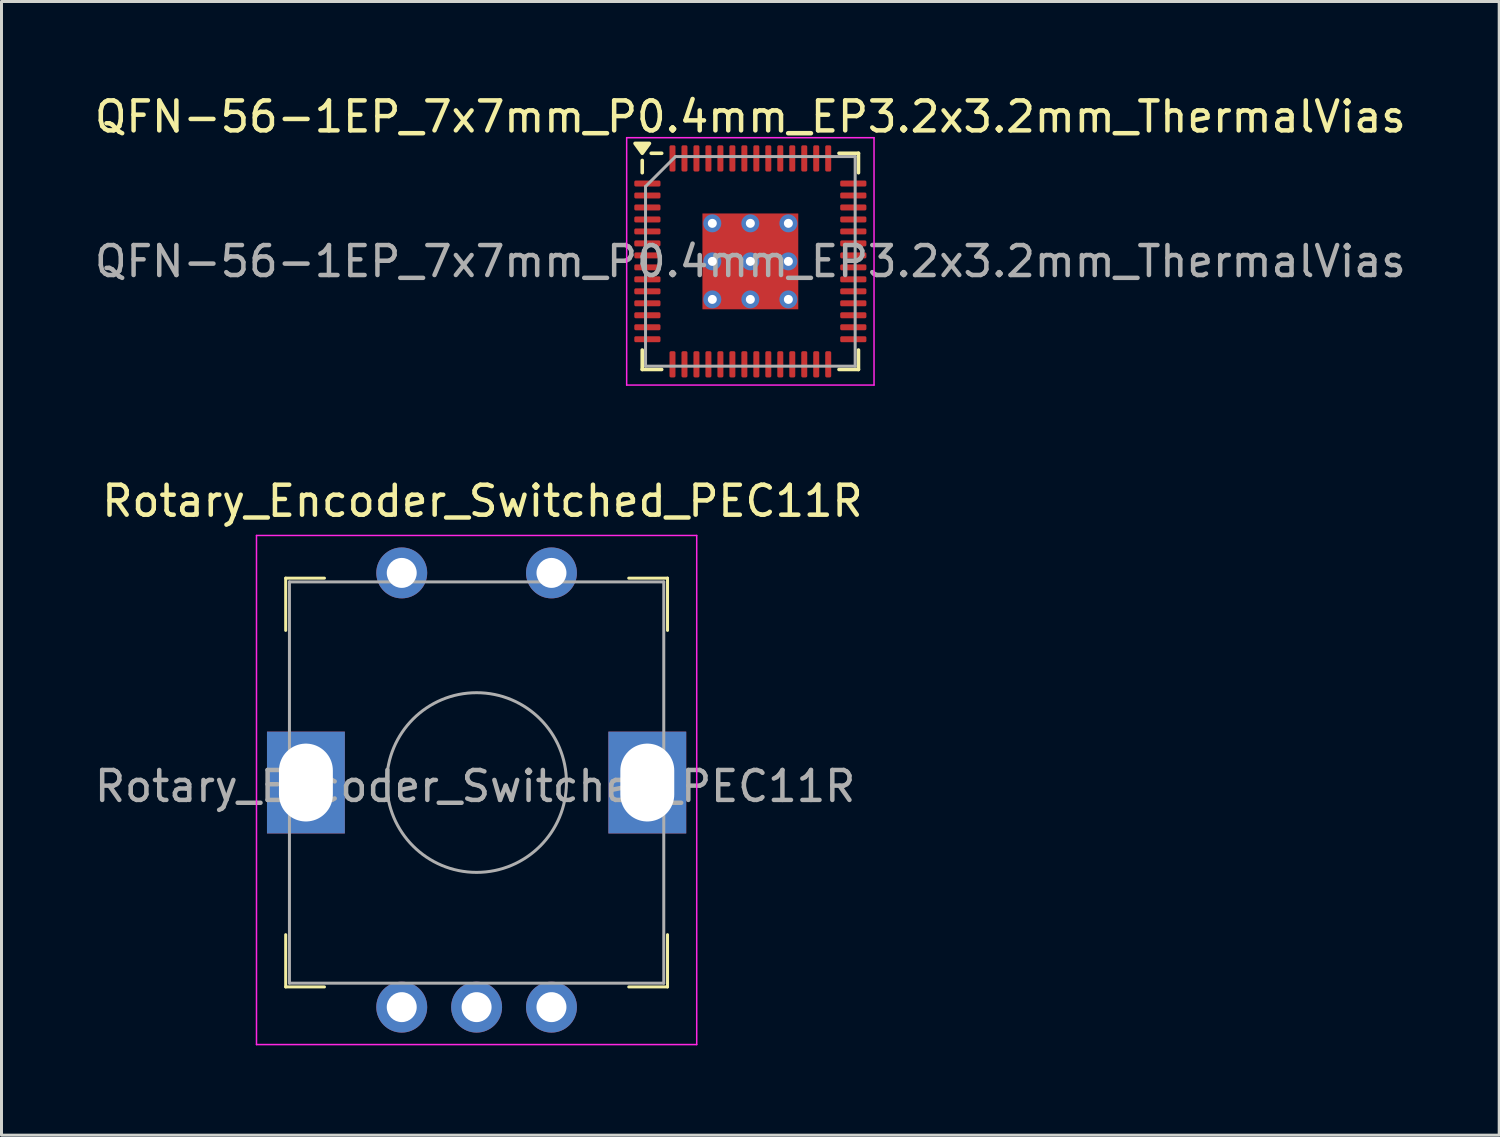
<source format=kicad_pcb>
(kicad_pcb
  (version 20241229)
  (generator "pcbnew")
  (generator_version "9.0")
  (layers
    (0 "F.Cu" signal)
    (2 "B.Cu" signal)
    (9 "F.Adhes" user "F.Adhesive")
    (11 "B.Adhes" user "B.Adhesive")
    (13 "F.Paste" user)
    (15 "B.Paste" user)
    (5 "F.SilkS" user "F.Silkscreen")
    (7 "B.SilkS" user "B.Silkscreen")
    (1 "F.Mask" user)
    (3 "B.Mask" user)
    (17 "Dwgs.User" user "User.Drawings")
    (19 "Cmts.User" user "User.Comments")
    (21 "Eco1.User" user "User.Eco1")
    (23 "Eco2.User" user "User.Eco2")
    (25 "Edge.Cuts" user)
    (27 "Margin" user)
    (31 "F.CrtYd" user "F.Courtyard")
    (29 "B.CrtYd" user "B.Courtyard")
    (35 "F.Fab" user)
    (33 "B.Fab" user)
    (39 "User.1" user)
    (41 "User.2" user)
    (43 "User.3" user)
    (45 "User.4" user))
  (footprint "Rotary_Encoder_Switched_PEC11R"
    (layer "F.Cu")
    (at 12.865 23.081)
    (property "Reference" "Rotary_Encoder_Switched_PEC11R" (at 0.195 -9.4 0) (layer "F.SilkS") (effects (font (size 1 1) (thickness 0.15))))
    (attr through_hole)
    (fp_line (start -6.375 -6.825) (end -6.375 -5.08) (stroke (width 0.1) (type solid)) (layer "F.SilkS"))
    (fp_line (start -6.375 6.825) (end -6.375 5.08) (stroke (width 0.1) (type solid)) (layer "F.SilkS"))
    (fp_line (start -5.08 -6.825) (end -6.375 -6.825) (stroke (width 0.1) (type solid)) (layer "F.SilkS"))
    (fp_line (start -5.08 6.825) (end -6.375 6.825) (stroke (width 0.1) (type solid)) (layer "F.SilkS"))
    (fp_line (start 5.08 -6.825) (end 6.375 -6.825) (stroke (width 0.1) (type solid)) (layer "F.SilkS"))
    (fp_line (start 6.375 -6.825) (end 6.375 -5.08) (stroke (width 0.1) (type solid)) (layer "F.SilkS"))
    (fp_line (start 6.375 5.08) (end 6.375 6.825) (stroke (width 0.1) (type solid)) (layer "F.SilkS"))
    (fp_line (start 6.375 6.825) (end 5.08 6.825) (stroke (width 0.1) (type solid)) (layer "F.SilkS"))
    (fp_line (start -7.35 -8.25) (end 7.35 -8.25) (stroke (width 0.05) (type solid)) (layer "F.CrtYd"))
    (fp_line (start -7.35 8.75) (end -7.35 -8.25) (stroke (width 0.05) (type solid)) (layer "F.CrtYd"))
    (fp_line (start 7.35 -8.25) (end 7.35 8.75) (stroke (width 0.05) (type solid)) (layer "F.CrtYd"))
    (fp_line (start 7.35 8.75) (end -7.35 8.75) (stroke (width 0.05) (type solid)) (layer "F.CrtYd"))
    (fp_line (start -6.25 -6.7) (end -6.25 6.7) (stroke (width 0.1) (type solid)) (layer "F.Fab"))
    (fp_line (start -6.25 -6.7) (end 6.25 -6.7) (stroke (width 0.1) (type solid)) (layer "F.Fab"))
    (fp_line (start -6.25 6.7) (end 6.25 6.7) (stroke (width 0.1) (type solid)) (layer "F.Fab"))
    (fp_line (start 6.25 -6.7) (end 6.25 6.7) (stroke (width 0.1) (type solid)) (layer "F.Fab"))
    (fp_circle (center 0 0) (end 3 0) (stroke (width 0.1) (type solid)) (fill no) (layer "F.Fab"))
    (fp_text user "${REFERENCE}" (at -0.05 0.125 0) (layer "F.Fab") (effects (font (size 1 1) (thickness 0.15))))
    (pad "" thru_hole rect (at -5.7 0) (size 2.6 3.4) (drill oval 1.8 2.6) (layers "*.Cu" "*.Mask"))
    (pad "" thru_hole rect (at 5.7 0) (size 2.6 3.4) (drill oval 1.8 2.6) (layers "*.Cu" "*.Mask"))
    (pad "A" thru_hole circle (at -2.5 7.5) (size 1.7 1.7) (drill 1) (layers "*.Cu" "*.Mask"))
    (pad "B" thru_hole circle (at 2.5 7.5) (size 1.7 1.7) (drill 1) (layers "*.Cu" "*.Mask"))
    (pad "C" thru_hole circle (at 0 7.5) (size 1.7 1.7) (drill 1) (layers "*.Cu" "*.Mask"))
    (pad "S1" thru_hole circle (at -2.5 -7) (size 1.7 1.7) (drill 1) (layers "*.Cu" "*.Mask"))
    (pad "S2" thru_hole circle (at 2.5 -7) (size 1.7 1.7) (drill 1) (layers "*.Cu" "*.Mask")))
  (footprint "QFN-56-1EP_7x7mm_P0.4mm_EP3.2x3.2mm_ThermalVias"
    (layer "F.Cu")
    (at 22.006 5.678)
    (property "Reference" "QFN-56-1EP_7x7mm_P0.4mm_EP3.2x3.2mm_ThermalVias" (at 0 -4.83 0) (layer "F.SilkS") (effects (font (size 1 1) (thickness 0.15))))
    (attr smd)
    (fp_line (start -3.61 -2.96) (end -3.61 -3.37) (stroke (width 0.12) (type solid)) (layer "F.SilkS"))
    (fp_line (start -3.61 3.61) (end -3.61 2.96) (stroke (width 0.12) (type solid)) (layer "F.SilkS"))
    (fp_line (start -2.96 -3.61) (end -3.31 -3.61) (stroke (width 0.12) (type solid)) (layer "F.SilkS"))
    (fp_line (start -2.96 3.61) (end -3.61 3.61) (stroke (width 0.12) (type solid)) (layer "F.SilkS"))
    (fp_line (start 2.96 -3.61) (end 3.61 -3.61) (stroke (width 0.12) (type solid)) (layer "F.SilkS"))
    (fp_line (start 2.96 3.61) (end 3.61 3.61) (stroke (width 0.12) (type solid)) (layer "F.SilkS"))
    (fp_line (start 3.61 -3.61) (end 3.61 -2.96) (stroke (width 0.12) (type solid)) (layer "F.SilkS"))
    (fp_line (start 3.61 3.61) (end 3.61 2.96) (stroke (width 0.12) (type solid)) (layer "F.SilkS"))
    (fp_poly (pts (xy -3.61 -3.61) (xy -3.85 -3.94) (xy -3.37 -3.94) (xy -3.61 -3.61)) (stroke (width 0.12) (type solid)) (fill yes) (layer "F.SilkS"))
    (fp_line (start -4.13 -4.13) (end -4.13 4.13) (stroke (width 0.05) (type solid)) (layer "F.CrtYd"))
    (fp_line (start -4.13 4.13) (end 4.13 4.13) (stroke (width 0.05) (type solid)) (layer "F.CrtYd"))
    (fp_line (start 4.13 -4.13) (end -4.13 -4.13) (stroke (width 0.05) (type solid)) (layer "F.CrtYd"))
    (fp_line (start 4.13 4.13) (end 4.13 -4.13) (stroke (width 0.05) (type solid)) (layer "F.CrtYd"))
    (fp_line (start -3.5 -2.5) (end -2.5 -3.5) (stroke (width 0.1) (type solid)) (layer "F.Fab"))
    (fp_line (start -3.5 3.5) (end -3.5 -2.5) (stroke (width 0.1) (type solid)) (layer "F.Fab"))
    (fp_line (start -2.5 -3.5) (end 3.5 -3.5) (stroke (width 0.1) (type solid)) (layer "F.Fab"))
    (fp_line (start 3.5 -3.5) (end 3.5 3.5) (stroke (width 0.1) (type solid)) (layer "F.Fab"))
    (fp_line (start 3.5 3.5) (end -3.5 3.5) (stroke (width 0.1) (type solid)) (layer "F.Fab"))
    (fp_text user "${REFERENCE}" (at 0 0 0) (layer "F.Fab") (effects (font (size 1 1) (thickness 0.15))))
    (pad "" smd roundrect (at -0.635 -0.635) (size 1.118 1.118) (layers "F.Paste") (roundrect_rratio 0.194))
    (pad "" smd roundrect (at -0.635 0.635) (size 1.118 1.118) (layers "F.Paste") (roundrect_rratio 0.194))
    (pad "" smd roundrect (at 0.635 -0.635) (size 1.118 1.118) (layers "F.Paste") (roundrect_rratio 0.194))
    (pad "" smd roundrect (at 0.635 0.635) (size 1.118 1.118) (layers "F.Paste") (roundrect_rratio 0.194))
    (pad "1" smd roundrect (at -3.438 -2.6) (size 0.875 0.2) (layers "F.Cu" "F.Mask" "F.Paste") (roundrect_rratio 0.25))
    (pad "2" smd roundrect (at -3.438 -2.2) (size 0.875 0.2) (layers "F.Cu" "F.Mask" "F.Paste") (roundrect_rratio 0.25))
    (pad "3" smd roundrect (at -3.438 -1.8) (size 0.875 0.2) (layers "F.Cu" "F.Mask" "F.Paste") (roundrect_rratio 0.25))
    (pad "4" smd roundrect (at -3.438 -1.4) (size 0.875 0.2) (layers "F.Cu" "F.Mask" "F.Paste") (roundrect_rratio 0.25))
    (pad "5" smd roundrect (at -3.438 -1) (size 0.875 0.2) (layers "F.Cu" "F.Mask" "F.Paste") (roundrect_rratio 0.25))
    (pad "6" smd roundrect (at -3.438 -0.6) (size 0.875 0.2) (layers "F.Cu" "F.Mask" "F.Paste") (roundrect_rratio 0.25))
    (pad "7" smd roundrect (at -3.438 -0.2) (size 0.875 0.2) (layers "F.Cu" "F.Mask" "F.Paste") (roundrect_rratio 0.25))
    (pad "8" smd roundrect (at -3.438 0.2) (size 0.875 0.2) (layers "F.Cu" "F.Mask" "F.Paste") (roundrect_rratio 0.25))
    (pad "9" smd roundrect (at -3.438 0.6) (size 0.875 0.2) (layers "F.Cu" "F.Mask" "F.Paste") (roundrect_rratio 0.25))
    (pad "10" smd roundrect (at -3.438 1) (size 0.875 0.2) (layers "F.Cu" "F.Mask" "F.Paste") (roundrect_rratio 0.25))
    (pad "11" smd roundrect (at -3.438 1.4) (size 0.875 0.2) (layers "F.Cu" "F.Mask" "F.Paste") (roundrect_rratio 0.25))
    (pad "12" smd roundrect (at -3.438 1.8) (size 0.875 0.2) (layers "F.Cu" "F.Mask" "F.Paste") (roundrect_rratio 0.25))
    (pad "13" smd roundrect (at -3.438 2.2) (size 0.875 0.2) (layers "F.Cu" "F.Mask" "F.Paste") (roundrect_rratio 0.25))
    (pad "14" smd roundrect (at -3.438 2.6) (size 0.875 0.2) (layers "F.Cu" "F.Mask" "F.Paste") (roundrect_rratio 0.25))
    (pad "15" smd roundrect (at -2.6 3.438) (size 0.2 0.875) (layers "F.Cu" "F.Mask" "F.Paste") (roundrect_rratio 0.25))
    (pad "16" smd roundrect (at -2.2 3.438) (size 0.2 0.875) (layers "F.Cu" "F.Mask" "F.Paste") (roundrect_rratio 0.25))
    (pad "17" smd roundrect (at -1.8 3.438) (size 0.2 0.875) (layers "F.Cu" "F.Mask" "F.Paste") (roundrect_rratio 0.25))
    (pad "18" smd roundrect (at -1.4 3.438) (size 0.2 0.875) (layers "F.Cu" "F.Mask" "F.Paste") (roundrect_rratio 0.25))
    (pad "19" smd roundrect (at -1 3.438) (size 0.2 0.875) (layers "F.Cu" "F.Mask" "F.Paste") (roundrect_rratio 0.25))
    (pad "20" smd roundrect (at -0.6 3.438) (size 0.2 0.875) (layers "F.Cu" "F.Mask" "F.Paste") (roundrect_rratio 0.25))
    (pad "21" smd roundrect (at -0.2 3.438) (size 0.2 0.875) (layers "F.Cu" "F.Mask" "F.Paste") (roundrect_rratio 0.25))
    (pad "22" smd roundrect (at 0.2 3.438) (size 0.2 0.875) (layers "F.Cu" "F.Mask" "F.Paste") (roundrect_rratio 0.25))
    (pad "23" smd roundrect (at 0.6 3.438) (size 0.2 0.875) (layers "F.Cu" "F.Mask" "F.Paste") (roundrect_rratio 0.25))
    (pad "24" smd roundrect (at 1 3.438) (size 0.2 0.875) (layers "F.Cu" "F.Mask" "F.Paste") (roundrect_rratio 0.25))
    (pad "25" smd roundrect (at 1.4 3.438) (size 0.2 0.875) (layers "F.Cu" "F.Mask" "F.Paste") (roundrect_rratio 0.25))
    (pad "26" smd roundrect (at 1.8 3.438) (size 0.2 0.875) (layers "F.Cu" "F.Mask" "F.Paste") (roundrect_rratio 0.25))
    (pad "27" smd roundrect (at 2.2 3.438) (size 0.2 0.875) (layers "F.Cu" "F.Mask" "F.Paste") (roundrect_rratio 0.25))
    (pad "28" smd roundrect (at 2.6 3.438) (size 0.2 0.875) (layers "F.Cu" "F.Mask" "F.Paste") (roundrect_rratio 0.25))
    (pad "29" smd roundrect (at 3.438 2.6) (size 0.875 0.2) (layers "F.Cu" "F.Mask" "F.Paste") (roundrect_rratio 0.25))
    (pad "30" smd roundrect (at 3.438 2.2) (size 0.875 0.2) (layers "F.Cu" "F.Mask" "F.Paste") (roundrect_rratio 0.25))
    (pad "31" smd roundrect (at 3.438 1.8) (size 0.875 0.2) (layers "F.Cu" "F.Mask" "F.Paste") (roundrect_rratio 0.25))
    (pad "32" smd roundrect (at 3.438 1.4) (size 0.875 0.2) (layers "F.Cu" "F.Mask" "F.Paste") (roundrect_rratio 0.25))
    (pad "33" smd roundrect (at 3.438 1) (size 0.875 0.2) (layers "F.Cu" "F.Mask" "F.Paste") (roundrect_rratio 0.25))
    (pad "34" smd roundrect (at 3.438 0.6) (size 0.875 0.2) (layers "F.Cu" "F.Mask" "F.Paste") (roundrect_rratio 0.25))
    (pad "35" smd roundrect (at 3.438 0.2) (size 0.875 0.2) (layers "F.Cu" "F.Mask" "F.Paste") (roundrect_rratio 0.25))
    (pad "36" smd roundrect (at 3.438 -0.2) (size 0.875 0.2) (layers "F.Cu" "F.Mask" "F.Paste") (roundrect_rratio 0.25))
    (pad "37" smd roundrect (at 3.438 -0.6) (size 0.875 0.2) (layers "F.Cu" "F.Mask" "F.Paste") (roundrect_rratio 0.25))
    (pad "38" smd roundrect (at 3.438 -1) (size 0.875 0.2) (layers "F.Cu" "F.Mask" "F.Paste") (roundrect_rratio 0.25))
    (pad "39" smd roundrect (at 3.438 -1.4) (size 0.875 0.2) (layers "F.Cu" "F.Mask" "F.Paste") (roundrect_rratio 0.25))
    (pad "40" smd roundrect (at 3.438 -1.8) (size 0.875 0.2) (layers "F.Cu" "F.Mask" "F.Paste") (roundrect_rratio 0.25))
    (pad "41" smd roundrect (at 3.438 -2.2) (size 0.875 0.2) (layers "F.Cu" "F.Mask" "F.Paste") (roundrect_rratio 0.25))
    (pad "42" smd roundrect (at 3.438 -2.6) (size 0.875 0.2) (layers "F.Cu" "F.Mask" "F.Paste") (roundrect_rratio 0.25))
    (pad "43" smd roundrect (at 2.6 -3.438) (size 0.2 0.875) (layers "F.Cu" "F.Mask" "F.Paste") (roundrect_rratio 0.25))
    (pad "44" smd roundrect (at 2.2 -3.438) (size 0.2 0.875) (layers "F.Cu" "F.Mask" "F.Paste") (roundrect_rratio 0.25))
    (pad "45" smd roundrect (at 1.8 -3.438) (size 0.2 0.875) (layers "F.Cu" "F.Mask" "F.Paste") (roundrect_rratio 0.25))
    (pad "46" smd roundrect (at 1.4 -3.438) (size 0.2 0.875) (layers "F.Cu" "F.Mask" "F.Paste") (roundrect_rratio 0.25))
    (pad "47" smd roundrect (at 1 -3.438) (size 0.2 0.875) (layers "F.Cu" "F.Mask" "F.Paste") (roundrect_rratio 0.25))
    (pad "48" smd roundrect (at 0.6 -3.438) (size 0.2 0.875) (layers "F.Cu" "F.Mask" "F.Paste") (roundrect_rratio 0.25))
    (pad "49" smd roundrect (at 0.2 -3.438) (size 0.2 0.875) (layers "F.Cu" "F.Mask" "F.Paste") (roundrect_rratio 0.25))
    (pad "50" smd roundrect (at -0.2 -3.438) (size 0.2 0.875) (layers "F.Cu" "F.Mask" "F.Paste") (roundrect_rratio 0.25))
    (pad "51" smd roundrect (at -0.6 -3.438) (size 0.2 0.875) (layers "F.Cu" "F.Mask" "F.Paste") (roundrect_rratio 0.25))
    (pad "52" smd roundrect (at -1 -3.438) (size 0.2 0.875) (layers "F.Cu" "F.Mask" "F.Paste") (roundrect_rratio 0.25))
    (pad "53" smd roundrect (at -1.4 -3.438) (size 0.2 0.875) (layers "F.Cu" "F.Mask" "F.Paste") (roundrect_rratio 0.25))
    (pad "54" smd roundrect (at -1.8 -3.438) (size 0.2 0.875) (layers "F.Cu" "F.Mask" "F.Paste") (roundrect_rratio 0.25))
    (pad "55" smd roundrect (at -2.2 -3.438) (size 0.2 0.875) (layers "F.Cu" "F.Mask" "F.Paste") (roundrect_rratio 0.25))
    (pad "56" smd roundrect (at -2.6 -3.438) (size 0.2 0.875) (layers "F.Cu" "F.Mask" "F.Paste") (roundrect_rratio 0.25))
    (pad "57" thru_hole circle (at -1.27 -1.27) (size 0.6 0.6) (drill 0.3) (layers "*.Cu"))
    (pad "57" thru_hole circle (at -1.27 0) (size 0.6 0.6) (drill 0.3) (layers "*.Cu"))
    (pad "57" thru_hole circle (at -1.27 1.27) (size 0.6 0.6) (drill 0.3) (layers "*.Cu"))
    (pad "57" thru_hole circle (at 0 -1.27) (size 0.6 0.6) (drill 0.3) (layers "*.Cu"))
    (pad "57" thru_hole circle (at 0 0) (size 0.6 0.6) (drill 0.3) (layers "*.Cu"))
    (pad "57" smd rect (at 0 0) (size 3.2 3.2) (property pad_prop_heatsink) (layers "F.Cu" "F.Mask"))
    (pad "57" thru_hole circle (at 0 1.27) (size 0.6 0.6) (drill 0.3) (layers "*.Cu"))
    (pad "57" thru_hole circle (at 1.27 -1.27) (size 0.6 0.6) (drill 0.3) (layers "*.Cu"))
    (pad "57" thru_hole circle (at 1.27 0) (size 0.6 0.6) (drill 0.3) (layers "*.Cu"))
    (pad "57" thru_hole circle (at 1.27 1.27) (size 0.6 0.6) (drill 0.3) (layers "*.Cu")))
  (gr_rect
    (start -3 -3)
    (end 47.012 34.856)
    (stroke (width 0.1) (type default))
    (fill no)
    (layer "Edge.Cuts")))
</source>
